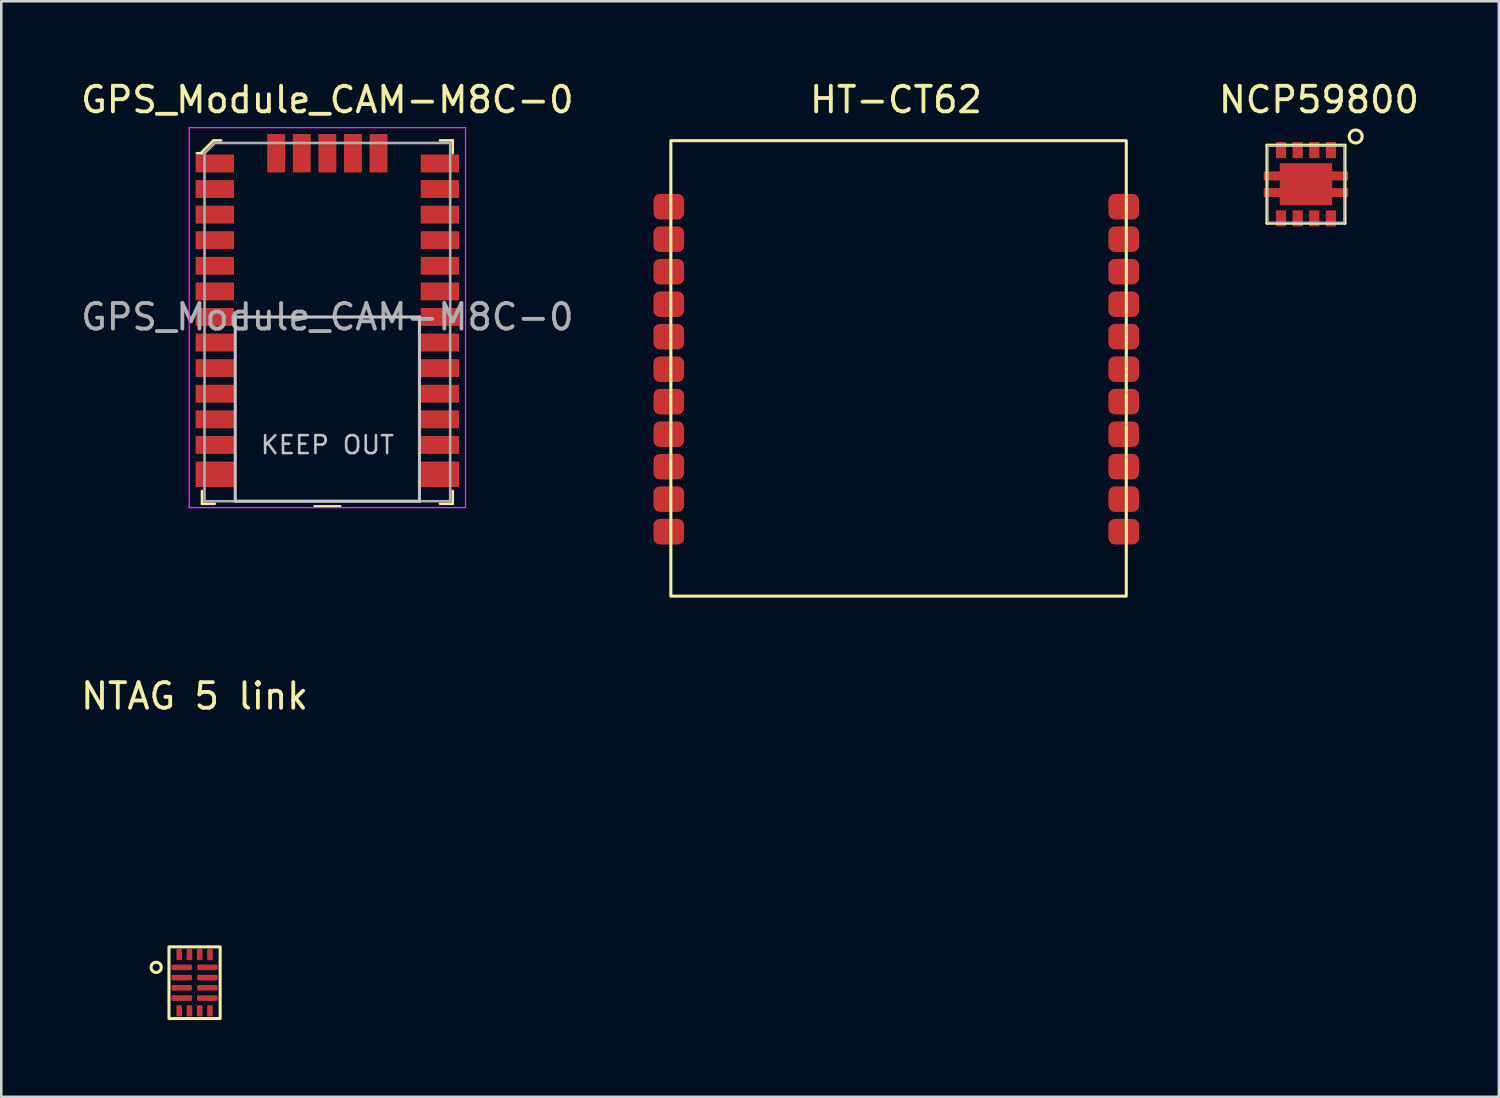
<source format=kicad_pcb>
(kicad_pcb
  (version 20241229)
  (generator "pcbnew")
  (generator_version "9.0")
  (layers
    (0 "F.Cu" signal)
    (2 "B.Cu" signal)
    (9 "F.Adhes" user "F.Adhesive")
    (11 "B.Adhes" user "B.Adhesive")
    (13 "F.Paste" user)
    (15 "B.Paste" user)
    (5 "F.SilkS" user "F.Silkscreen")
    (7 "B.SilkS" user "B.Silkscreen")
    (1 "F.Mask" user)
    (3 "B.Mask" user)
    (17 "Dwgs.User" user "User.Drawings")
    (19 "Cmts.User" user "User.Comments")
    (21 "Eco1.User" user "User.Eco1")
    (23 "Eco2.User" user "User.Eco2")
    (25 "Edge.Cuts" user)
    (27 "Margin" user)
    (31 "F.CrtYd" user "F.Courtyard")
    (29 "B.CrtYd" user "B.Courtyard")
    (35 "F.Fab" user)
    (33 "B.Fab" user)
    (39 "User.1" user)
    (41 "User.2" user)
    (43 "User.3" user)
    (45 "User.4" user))
  (footprint "NTAG 5 link"
    (layer "F.Cu")
    (at 4.554 35.356)
    (property "Reference" "NTAG 5 link" (at 0 -11.2 0) (unlocked yes) (layer "F.SilkS") (effects (font (size 1 1) (thickness 0.15))))
    (attr smd)
    (fp_rect (start -1 -1.4) (end 1 1.4) (stroke (width 0.12) (type default)) (fill no) (layer "F.SilkS"))
    (fp_circle (center -1.5 -0.6) (end -1.3 -0.6) (stroke (width 0.12) (type default)) (fill no) (layer "F.SilkS"))
    (pad "1" smd roundrect (at -0.5 -0.6 270) (size 0.22 0.8) (layers "F.Cu" "F.Mask" "F.Paste") (roundrect_rratio 0.25))
    (pad "2" smd roundrect (at -0.5 -0.2 270) (size 0.22 0.8) (layers "F.Cu" "F.Mask" "F.Paste") (roundrect_rratio 0.25))
    (pad "3" smd roundrect (at -0.5 0.2 270) (size 0.22 0.8) (layers "F.Cu" "F.Mask" "F.Paste") (roundrect_rratio 0.25))
    (pad "4" smd roundrect (at -0.5 0.6 270) (size 0.22 0.8) (layers "F.Cu" "F.Mask" "F.Paste") (roundrect_rratio 0.25))
    (pad "5" smd roundrect (at -0.6 1.1 180) (size 0.22 0.44) (layers "F.Cu" "F.Mask" "F.Paste") (roundrect_rratio 0.25))
    (pad "6" smd roundrect (at -0.2 1.1 180) (size 0.22 0.44) (layers "F.Cu" "F.Mask" "F.Paste") (roundrect_rratio 0.25))
    (pad "7" smd roundrect (at 0.2 1.1 180) (size 0.22 0.44) (layers "F.Cu" "F.Mask" "F.Paste") (roundrect_rratio 0.25))
    (pad "8" smd roundrect (at 0.6 1.1 180) (size 0.22 0.44) (layers "F.Cu" "F.Mask" "F.Paste") (roundrect_rratio 0.25))
    (pad "9" smd roundrect (at 0.5 0.6 90) (size 0.22 0.8) (layers "F.Cu" "F.Mask" "F.Paste") (roundrect_rratio 0.25))
    (pad "10" smd roundrect (at 0.5 0.2 90) (size 0.22 0.8) (layers "F.Cu" "F.Mask" "F.Paste") (roundrect_rratio 0.25))
    (pad "11" smd roundrect (at 0.5 -0.2 90) (size 0.22 0.8) (layers "F.Cu" "F.Mask" "F.Paste") (roundrect_rratio 0.25))
    (pad "12" smd roundrect (at 0.5 -0.6 90) (size 0.22 0.8) (layers "F.Cu" "F.Mask" "F.Paste") (roundrect_rratio 0.25))
    (pad "13" smd roundrect (at 0.6 -1.1 180) (size 0.22 0.44) (layers "F.Cu" "F.Mask" "F.Paste") (roundrect_rratio 0.25))
    (pad "14" smd roundrect (at 0.2 -1.1 180) (size 0.22 0.44) (layers "F.Cu" "F.Mask" "F.Paste") (roundrect_rratio 0.25))
    (pad "15" smd roundrect (at -0.2 -1.1 180) (size 0.22 0.44) (layers "F.Cu" "F.Mask" "F.Paste") (roundrect_rratio 0.25))
    (pad "16" smd roundrect (at -0.6 -1.1 180) (size 0.22 0.44) (layers "F.Cu" "F.Mask" "F.Paste") (roundrect_rratio 0.25)))
  (footprint "NCP59800"
    (layer "F.Cu")
    (at 47.99 4.15)
    (property "Reference" "NCP59800" (at 0.508 -3.302 0) (layer "F.SilkS") (effects (font (size 1 1) (thickness 0.15))))
    (attr through_hole)
    (fp_line (start -1.524 -1.524) (end -1.524 1.524) (stroke (width 0.12) (type solid)) (layer "F.SilkS"))
    (fp_line (start -1.524 1.524) (end 1.524 1.524) (stroke (width 0.12) (type solid)) (layer "F.SilkS"))
    (fp_line (start 1.524 -1.524) (end -1.524 -1.524) (stroke (width 0.12) (type solid)) (layer "F.SilkS"))
    (fp_line (start 1.524 1.524) (end 1.524 -1.524) (stroke (width 0.12) (type solid)) (layer "F.SilkS"))
    (fp_circle (center 1.942 -1.866) (end 2.196 -1.866) (stroke (width 0.12) (type solid)) (fill no) (layer "F.SilkS"))
    (fp_line (start -1.5 -1.5) (end 1.5 -1.5) (stroke (width 0.05) (type solid)) (layer "F.Fab"))
    (fp_line (start -1.5 1.5) (end -1.5 -1.5) (stroke (width 0.05) (type solid)) (layer "F.Fab"))
    (fp_line (start -1.5 1.5) (end 1.5 1.5) (stroke (width 0.05) (type solid)) (layer "F.Fab"))
    (fp_line (start 1.5 1.5) (end 1.5 -1.5) (stroke (width 0.05) (type solid)) (layer "F.Fab"))
    (pad "1" smd rect (at 0.975 -1.335) (size 0.4 0.63) (layers "F.Cu" "F.Mask" "F.Paste"))
    (pad "2" smd rect (at 0.325 -1.335) (size 0.4 0.63) (layers "F.Cu" "F.Mask" "F.Paste"))
    (pad "3" smd rect (at -0.325 -1.335) (size 0.4 0.63) (layers "F.Cu" "F.Mask" "F.Paste"))
    (pad "4" smd rect (at -0.975 -1.335) (size 0.4 0.63) (layers "F.Cu" "F.Mask" "F.Paste"))
    (pad "5" smd rect (at -0.975 1.335) (size 0.4 0.63) (layers "F.Cu" "F.Mask" "F.Paste"))
    (pad "6" smd rect (at -0.325 1.335) (size 0.4 0.63) (layers "F.Cu" "F.Mask" "F.Paste"))
    (pad "7" smd rect (at 0.325 1.335) (size 0.4 0.63) (layers "F.Cu" "F.Mask" "F.Paste"))
    (pad "8" smd rect (at 0.975 1.335) (size 0.4 0.63) (layers "F.Cu" "F.Mask" "F.Paste"))
    (pad "9" smd custom (at 0 0) (size 0.4 0.63) (layers "F.Cu" "F.Mask" "F.Paste") (options (anchor rect)) (primitives (gr_poly (pts (xy -1.025 -0.82) (xy 1.025 -0.82) (xy 1.025 -0.5) (xy 1.65 -0.5) (xy 1.65 -0.15) (xy 1.025 -0.15) (xy 1.025 0.15) (xy 1.65 0.15) (xy 1.65 0.5) (xy 1.025 0.5) (xy 1.025 0.82) (xy -1.025 0.82) (xy -1.025 0.5) (xy -1.65 0.5) (xy -1.65 0.15) (xy -1.025 0.15) (xy -1.025 -0.15) (xy -1.65 -0.15) (xy -1.65 -0.5) (xy -1.025 -0.5)) (width 0) (fill yes)))))
  (footprint "HT-CT62"
    (layer "F.Cu")
    (at 31.968 18.248)
    (property "Reference" "HT-CT62" (at 0 -17.4 0) (unlocked yes) (layer "F.SilkS") (effects (font (size 1 1) (thickness 0.15))))
    (attr smd)
    (fp_rect (start -8.8 -15.8) (end 9 2) (stroke (width 0.12) (type default)) (fill no) (layer "F.SilkS"))
    (pad "1" smd roundrect (at -8.88 -0.52) (size 1.2 1) (layers "F.Cu" "F.Mask" "F.Paste") (roundrect_rratio 0.25))
    (pad "2" smd roundrect (at -8.88 -1.79) (size 1.2 1) (layers "F.Cu" "F.Mask" "F.Paste") (roundrect_rratio 0.25))
    (pad "3" smd roundrect (at -8.88 -3.06) (size 1.2 1) (layers "F.Cu" "F.Mask" "F.Paste") (roundrect_rratio 0.25))
    (pad "4" smd roundrect (at -8.88 -4.33) (size 1.2 1) (layers "F.Cu" "F.Mask" "F.Paste") (roundrect_rratio 0.25))
    (pad "5" smd roundrect (at -8.88 -5.6) (size 1.2 1) (layers "F.Cu" "F.Mask" "F.Paste") (roundrect_rratio 0.25))
    (pad "6" smd roundrect (at -8.88 -6.87) (size 1.2 1) (layers "F.Cu" "F.Mask" "F.Paste") (roundrect_rratio 0.25))
    (pad "7" smd roundrect (at -8.88 -8.14) (size 1.2 1) (layers "F.Cu" "F.Mask" "F.Paste") (roundrect_rratio 0.25))
    (pad "8" smd roundrect (at -8.88 -9.41) (size 1.2 1) (layers "F.Cu" "F.Mask" "F.Paste") (roundrect_rratio 0.25))
    (pad "9" smd roundrect (at -8.88 -10.68) (size 1.2 1) (layers "F.Cu" "F.Mask" "F.Paste") (roundrect_rratio 0.25))
    (pad "10" smd roundrect (at -8.88 -11.95) (size 1.2 1) (layers "F.Cu" "F.Mask" "F.Paste") (roundrect_rratio 0.25))
    (pad "11" smd roundrect (at -8.88 -13.22) (size 1.2 1) (layers "F.Cu" "F.Mask" "F.Paste") (roundrect_rratio 0.25))
    (pad "12" smd roundrect (at 8.9 -0.52) (size 1.2 1) (layers "F.Cu" "F.Mask" "F.Paste") (roundrect_rratio 0.25))
    (pad "13" smd roundrect (at 8.9 -1.79) (size 1.2 1) (layers "F.Cu" "F.Mask" "F.Paste") (roundrect_rratio 0.25))
    (pad "14" smd roundrect (at 8.9 -3.06) (size 1.2 1) (layers "F.Cu" "F.Mask" "F.Paste") (roundrect_rratio 0.25))
    (pad "15" smd roundrect (at 8.9 -4.33) (size 1.2 1) (layers "F.Cu" "F.Mask" "F.Paste") (roundrect_rratio 0.25))
    (pad "16" smd roundrect (at 8.9 -5.6) (size 1.2 1) (layers "F.Cu" "F.Mask" "F.Paste") (roundrect_rratio 0.25))
    (pad "17" smd roundrect (at 8.9 -6.87) (size 1.2 1) (layers "F.Cu" "F.Mask" "F.Paste") (roundrect_rratio 0.25))
    (pad "18" smd roundrect (at 8.9 -8.14) (size 1.2 1) (layers "F.Cu" "F.Mask" "F.Paste") (roundrect_rratio 0.25))
    (pad "19" smd roundrect (at 8.9 -9.41) (size 1.2 1) (layers "F.Cu" "F.Mask" "F.Paste") (roundrect_rratio 0.25))
    (pad "20" smd roundrect (at 8.9 -10.68) (size 1.2 1) (layers "F.Cu" "F.Mask" "F.Paste") (roundrect_rratio 0.25))
    (pad "21" smd roundrect (at 8.9 -11.95) (size 1.2 1) (layers "F.Cu" "F.Mask" "F.Paste") (roundrect_rratio 0.25))
    (pad "22" smd roundrect (at 8.9 -13.22) (size 1.2 1) (layers "F.Cu" "F.Mask" "F.Paste") (roundrect_rratio 0.25)))
  (footprint "GPS_Module_CAM-M8C-0"
    (layer "F.Cu")
    (at 9.744 9.338)
    (property "Reference" "GPS_Module_CAM-M8C-0" (at 0 -8.49 0) (layer "F.SilkS") (effects (font (size 1 1) (thickness 0.15))))
    (attr smd)
    (fp_line (start -4.9 -6.45) (end -4.9 -6.4) (stroke (width 0.1) (type solid)) (layer "F.SilkS"))
    (fp_line (start -4.9 -6.4) (end -5.1 -6.4) (stroke (width 0.1) (type solid)) (layer "F.SilkS"))
    (fp_line (start -4.9 7.3) (end -4.9 6.8) (stroke (width 0.1) (type solid)) (layer "F.SilkS"))
    (fp_line (start -4.9 7.3) (end -4.4 7.3) (stroke (width 0.1) (type solid)) (layer "F.SilkS"))
    (fp_line (start -4.45 -6.9) (end -4.9 -6.45) (stroke (width 0.1) (type solid)) (layer "F.SilkS"))
    (fp_line (start -4.15 -6.9) (end -4.45 -6.9) (stroke (width 0.1) (type solid)) (layer "F.SilkS"))
    (fp_line (start 0 7.4) (end -0.5 7.4) (stroke (width 0.1) (type solid)) (layer "F.SilkS"))
    (fp_line (start 0 7.4) (end 0.5 7.4) (stroke (width 0.1) (type solid)) (layer "F.SilkS"))
    (fp_line (start 4.9 -6.9) (end 4.4 -6.9) (stroke (width 0.1) (type solid)) (layer "F.SilkS"))
    (fp_line (start 4.9 -6.9) (end 4.9 -6.4) (stroke (width 0.1) (type solid)) (layer "F.SilkS"))
    (fp_line (start 4.9 7.3) (end 4.4 7.3) (stroke (width 0.1) (type solid)) (layer "F.SilkS"))
    (fp_line (start 4.9 7.3) (end 4.9 6.8) (stroke (width 0.1) (type solid)) (layer "F.SilkS"))
    (fp_line (start -3.6 0) (end 3.6 0) (stroke (width 0.12) (type solid)) (layer "Dwgs.User"))
    (fp_line (start -3.6 7.2) (end -3.6 0) (stroke (width 0.12) (type solid)) (layer "Dwgs.User"))
    (fp_line (start 3.6 0) (end 3.6 7.2) (stroke (width 0.12) (type solid)) (layer "Dwgs.User"))
    (fp_line (start 3.6 7.2) (end -3.6 7.2) (stroke (width 0.12) (type solid)) (layer "Dwgs.User"))
    (fp_line (start -5.4 -7.4) (end -5.4 7.45) (stroke (width 0.05) (type solid)) (layer "F.CrtYd"))
    (fp_line (start 5.4 -7.4) (end -5.4 -7.4) (stroke (width 0.05) (type solid)) (layer "F.CrtYd"))
    (fp_line (start 5.4 -7.4) (end 5.4 7.45) (stroke (width 0.05) (type solid)) (layer "F.CrtYd"))
    (fp_line (start 5.4 7.45) (end -5.4 7.45) (stroke (width 0.05) (type solid)) (layer "F.CrtYd"))
    (fp_line (start -4.8 -6.4) (end -4.8 7.2) (stroke (width 0.1) (type solid)) (layer "F.Fab"))
    (fp_line (start -4.8 -6.4) (end -4.4 -6.8) (stroke (width 0.1) (type solid)) (layer "F.Fab"))
    (fp_line (start -4.8 7.2) (end 4.8 7.2) (stroke (width 0.1) (type solid)) (layer "F.Fab"))
    (fp_line (start -4.4 -6.8) (end 4.8 -6.8) (stroke (width 0.1) (type solid)) (layer "F.Fab"))
    (fp_line (start 4.8 -6.8) (end 4.8 7.2) (stroke (width 0.1) (type solid)) (layer "F.Fab"))
    (fp_text user "KEEP OUT" (at 0 5 0) (layer "Dwgs.User") (effects (font (size 0.7 0.7) (thickness 0.1))))
    (fp_text user "${REFERENCE}" (at 0 0 0) (layer "F.Fab") (effects (font (size 1 1) (thickness 0.15))))
    (pad "1" smd rect (at -4.4 -6) (size 1.5 0.7) (layers "F.Cu" "F.Mask" "F.Paste"))
    (pad "2" smd rect (at -4.4 -5) (size 1.5 0.7) (layers "F.Cu" "F.Mask" "F.Paste"))
    (pad "3" smd rect (at -4.4 -4) (size 1.5 0.7) (layers "F.Cu" "F.Mask" "F.Paste"))
    (pad "4" smd rect (at -4.4 -3) (size 1.5 0.7) (layers "F.Cu" "F.Mask" "F.Paste"))
    (pad "5" smd rect (at -4.4 -2) (size 1.5 0.7) (layers "F.Cu" "F.Mask" "F.Paste"))
    (pad "6" smd rect (at -4.4 -1) (size 1.5 0.7) (layers "F.Cu" "F.Mask" "F.Paste"))
    (pad "7" smd rect (at -4.4 0) (size 1.5 0.7) (layers "F.Cu" "F.Mask" "F.Paste"))
    (pad "8" smd rect (at -4.4 1) (size 1.5 0.7) (layers "F.Cu" "F.Mask" "F.Paste"))
    (pad "9" smd rect (at -4.4 2) (size 1.5 0.7) (layers "F.Cu" "F.Mask" "F.Paste"))
    (pad "10" smd rect (at -4.4 3) (size 1.5 0.7) (layers "F.Cu" "F.Mask" "F.Paste"))
    (pad "11" smd rect (at -4.4 4) (size 1.5 0.7) (layers "F.Cu" "F.Mask" "F.Paste"))
    (pad "12" smd rect (at -4.4 5) (size 1.5 0.7) (layers "F.Cu" "F.Mask" "F.Paste"))
    (pad "13" smd rect (at -4.4 6.15) (size 1.5 1) (layers "F.Cu" "F.Mask" "F.Paste"))
    (pad "14" smd rect (at 4.4 6.15) (size 1.5 1) (layers "F.Cu" "F.Mask" "F.Paste"))
    (pad "15" smd rect (at 4.4 5) (size 1.5 0.7) (layers "F.Cu" "F.Mask" "F.Paste"))
    (pad "16" smd rect (at 4.4 4) (size 1.5 0.7) (layers "F.Cu" "F.Mask" "F.Paste"))
    (pad "17" smd rect (at 4.4 3) (size 1.5 0.7) (layers "F.Cu" "F.Mask" "F.Paste"))
    (pad "18" smd rect (at 4.4 2) (size 1.5 0.7) (layers "F.Cu" "F.Mask" "F.Paste"))
    (pad "19" smd rect (at 4.4 1) (size 1.5 0.7) (layers "F.Cu" "F.Mask" "F.Paste"))
    (pad "20" smd rect (at 4.4 0) (size 1.5 0.7) (layers "F.Cu" "F.Mask" "F.Paste"))
    (pad "21" smd rect (at 4.4 -1) (size 1.5 0.7) (layers "F.Cu" "F.Mask" "F.Paste"))
    (pad "22" smd rect (at 4.4 -2) (size 1.5 0.7) (layers "F.Cu" "F.Mask" "F.Paste"))
    (pad "23" smd rect (at 4.4 -3) (size 1.5 0.7) (layers "F.Cu" "F.Mask" "F.Paste"))
    (pad "24" smd rect (at 4.4 -4) (size 1.5 0.7) (layers "F.Cu" "F.Mask" "F.Paste"))
    (pad "25" smd rect (at 4.4 -5) (size 1.5 0.7) (layers "F.Cu" "F.Mask" "F.Paste"))
    (pad "26" smd rect (at 4.4 -6) (size 1.5 0.7) (layers "F.Cu" "F.Mask" "F.Paste"))
    (pad "27" smd rect (at 2 -6.4) (size 0.7 1.5) (layers "F.Cu" "F.Mask" "F.Paste"))
    (pad "28" smd rect (at 1 -6.4) (size 0.7 1.5) (layers "F.Cu" "F.Mask" "F.Paste"))
    (pad "29" smd rect (at 0 -6.4) (size 0.7 1.5) (layers "F.Cu" "F.Mask" "F.Paste"))
    (pad "30" smd rect (at -1 -6.4) (size 0.7 1.5) (layers "F.Cu" "F.Mask" "F.Paste"))
    (pad "31" smd rect (at -2 -6.4) (size 0.7 1.5) (layers "F.Cu" "F.Mask" "F.Paste")))
  (gr_rect
    (start -3 -3)
    (end 55.528 39.816)
    (stroke (width 0.1) (type default))
    (fill no)
    (layer "Edge.Cuts")))
</source>
